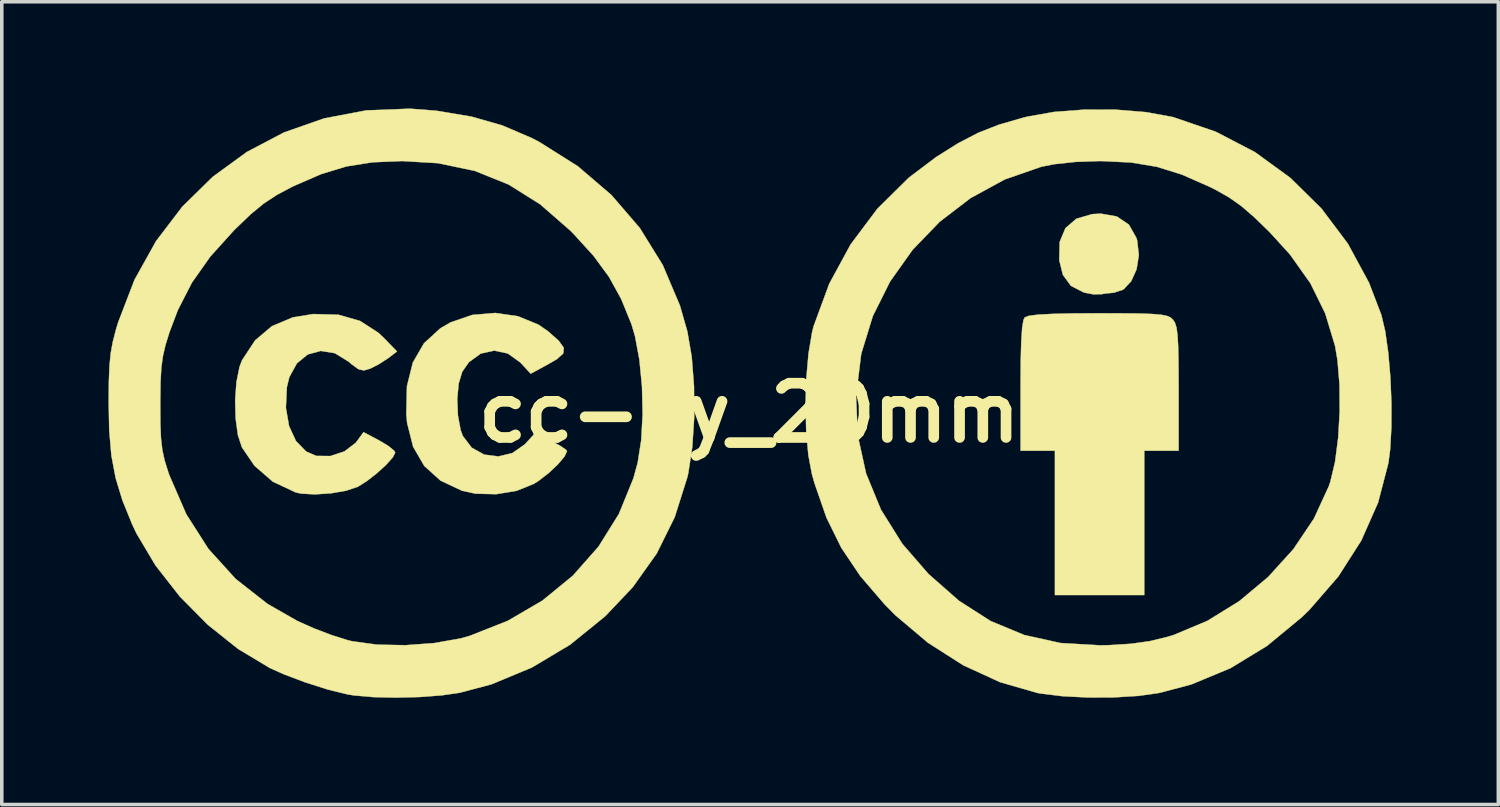
<source format=kicad_pcb>
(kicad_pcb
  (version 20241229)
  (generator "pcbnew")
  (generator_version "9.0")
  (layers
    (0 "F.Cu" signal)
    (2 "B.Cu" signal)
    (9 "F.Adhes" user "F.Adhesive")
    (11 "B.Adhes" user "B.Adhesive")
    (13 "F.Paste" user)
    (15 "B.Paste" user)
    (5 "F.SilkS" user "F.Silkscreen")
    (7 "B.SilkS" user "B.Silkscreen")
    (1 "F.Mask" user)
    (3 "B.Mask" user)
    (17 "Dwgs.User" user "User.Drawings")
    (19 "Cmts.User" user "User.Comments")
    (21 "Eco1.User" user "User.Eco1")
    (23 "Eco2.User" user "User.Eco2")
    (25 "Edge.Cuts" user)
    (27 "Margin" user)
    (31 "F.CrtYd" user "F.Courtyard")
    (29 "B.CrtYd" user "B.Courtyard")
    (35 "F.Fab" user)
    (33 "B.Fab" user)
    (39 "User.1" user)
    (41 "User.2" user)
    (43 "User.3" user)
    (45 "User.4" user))
  (footprint "cc-by_20mm"
    (layer "F.Cu")
    (at 18.008 8.557)
    (property "Reference" "cc-by_20mm" (at 0 0 0) (layer "F.SilkS") (effects (font (size 1.524 1.524) (thickness 0.3))))
    (attr through_hole)
    (fp_poly (pts (xy 10.335 -5.523) (xy 10.674 -5.293) (xy 10.886 -4.919) (xy 10.907 -4.848) (xy 10.954 -4.436) (xy 10.891 -4.039) (xy 10.739 -3.701) (xy 10.518 -3.467) (xy 10.251 -3.379) (xy 10.02 -3.358) (xy 9.899 -3.337) (xy 9.669 -3.335) (xy 9.408 -3.385) (xy 9.045 -3.572) (xy 8.818 -3.883) (xy 8.717 -4.292) (xy 8.728 -4.804) (xy 8.89 -5.194) (xy 9.195 -5.457) (xy 9.64 -5.588) (xy 9.881 -5.602) (xy 10.335 -5.523)) (stroke (width 0.01) (type solid)) (fill yes) (layer "F.SilkS"))
    (fp_poly (pts (xy 10.473 -2.799) (xy 10.973 -2.794) (xy 11.334 -2.781) (xy 11.581 -2.76) (xy 11.743 -2.728) (xy 11.845 -2.683) (xy 11.912 -2.624) (xy 11.97 -2.535) (xy 12.013 -2.397) (xy 12.042 -2.182) (xy 12.06 -1.862) (xy 12.069 -1.409) (xy 12.072 -0.794) (xy 12.072 -0.693) (xy 12.072 1.062) (xy 11.106 1.062) (xy 11.106 5.119) (xy 8.595 5.119) (xy 8.595 1.062) (xy 7.63 1.062) (xy 7.63 -0.753) (xy 7.634 -1.474) (xy 7.649 -2.016) (xy 7.674 -2.391) (xy 7.711 -2.612) (xy 7.746 -2.685) (xy 7.86 -2.729) (xy 8.114 -2.762) (xy 8.52 -2.784) (xy 9.092 -2.797) (xy 9.807 -2.801) (xy 10.473 -2.799)) (stroke (width 0.01) (type solid)) (fill yes) (layer "F.SilkS"))
    (fp_poly (pts (xy -6.503 -2.719) (xy -5.928 -2.485) (xy -5.655 -2.297) (xy -5.352 -2.028) (xy -5.209 -1.83) (xy -5.226 -1.67) (xy -5.402 -1.513) (xy -5.63 -1.38) (xy -6.14 -1.103) (xy -6.436 -1.421) (xy -6.784 -1.671) (xy -7.167 -1.752) (xy -7.545 -1.668) (xy -7.877 -1.427) (xy -8.065 -1.158) (xy -8.165 -0.827) (xy -8.205 -0.39) (xy -8.186 0.073) (xy -8.109 0.486) (xy -8.048 0.649) (xy -7.797 0.978) (xy -7.45 1.171) (xy -7.054 1.223) (xy -6.657 1.129) (xy -6.304 0.882) (xy -6.281 0.857) (xy -6.017 0.568) (xy -5.568 0.786) (xy -5.314 0.922) (xy -5.151 1.033) (xy -5.119 1.074) (xy -5.191 1.228) (xy -5.378 1.448) (xy -5.635 1.69) (xy -5.918 1.909) (xy -6.05 1.993) (xy -6.536 2.189) (xy -7.11 2.284) (xy -7.691 2.27) (xy -8.072 2.187) (xy -8.675 1.903) (xy -9.132 1.491) (xy -9.445 0.952) (xy -9.614 0.284) (xy -9.637 0.039) (xy -9.619 -0.75) (xy -9.454 -1.415) (xy -9.141 -1.957) (xy -8.68 -2.379) (xy -8.392 -2.546) (xy -7.785 -2.754) (xy -7.139 -2.81) (xy -6.503 -2.719)) (stroke (width 0.01) (type solid)) (fill yes) (layer "F.SilkS"))
    (fp_poly (pts (xy -11.542 -2.759) (xy -10.937 -2.586) (xy -10.422 -2.253) (xy -10.279 -2.118) (xy -9.899 -1.728) (xy -10.141 -1.543) (xy -10.412 -1.367) (xy -10.646 -1.248) (xy -10.826 -1.194) (xy -10.979 -1.227) (xy -11.176 -1.37) (xy -11.253 -1.438) (xy -11.646 -1.679) (xy -12.041 -1.743) (xy -12.408 -1.644) (xy -12.713 -1.393) (xy -12.926 -1.005) (xy -12.995 -0.72) (xy -13.022 -0.142) (xy -12.932 0.372) (xy -12.738 0.791) (xy -12.453 1.084) (xy -12.167 1.208) (xy -11.771 1.212) (xy -11.376 1.081) (xy -11.065 0.845) (xy -11.025 0.795) (xy -10.839 0.541) (xy -10.393 0.777) (xy -10.141 0.929) (xy -9.98 1.06) (xy -9.948 1.115) (xy -10.02 1.254) (xy -10.206 1.46) (xy -10.46 1.693) (xy -10.737 1.91) (xy -10.991 2.071) (xy -11.006 2.078) (xy -11.33 2.187) (xy -11.757 2.26) (xy -12.204 2.289) (xy -12.593 2.268) (xy -12.749 2.233) (xy -13.39 1.932) (xy -13.903 1.487) (xy -14.258 0.966) (xy -14.371 0.623) (xy -14.434 0.16) (xy -14.448 -0.358) (xy -14.412 -0.865) (xy -14.325 -1.296) (xy -14.255 -1.48) (xy -13.888 -2.039) (xy -13.415 -2.439) (xy -12.828 -2.686) (xy -12.255 -2.779) (xy -11.542 -2.759)) (stroke (width 0.01) (type solid)) (fill yes) (layer "F.SilkS"))
    (fp_poly (pts (xy 10.308 -8.524) (xy 11.156 -8.455) (xy 11.896 -8.32) (xy 11.927 -8.312) (xy 13.12 -7.903) (xy 14.22 -7.33) (xy 15.213 -6.607) (xy 16.087 -5.746) (xy 16.829 -4.759) (xy 17.424 -3.66) (xy 17.772 -2.752) (xy 17.88 -2.292) (xy 17.965 -1.692) (xy 18.024 -1.007) (xy 18.054 -0.289) (xy 18.053 0.408) (xy 18.018 1.031) (xy 17.969 1.409) (xy 17.679 2.521) (xy 17.206 3.589) (xy 16.56 4.599) (xy 15.75 5.533) (xy 15.539 5.738) (xy 14.56 6.547) (xy 13.532 7.174) (xy 12.435 7.63) (xy 11.527 7.871) (xy 10.953 7.953) (xy 10.261 7.996) (xy 9.523 7.999) (xy 8.811 7.963) (xy 8.197 7.888) (xy 8.103 7.871) (xy 7.053 7.569) (xy 6.017 7.093) (xy 5.026 6.46) (xy 4.112 5.689) (xy 3.805 5.378) (xy 3.124 4.585) (xy 2.591 3.792) (xy 2.172 2.941) (xy 1.836 1.973) (xy 1.766 1.727) (xy 1.664 1.188) (xy 1.604 0.52) (xy 1.585 -0.218) (xy 1.592 -0.475) (xy 3.005 -0.475) (xy 3.053 0.637) (xy 3.288 1.706) (xy 3.707 2.723) (xy 4.307 3.681) (xy 5.042 4.528) (xy 5.9 5.282) (xy 6.79 5.851) (xy 7.734 6.243) (xy 8.752 6.468) (xy 9.866 6.533) (xy 10.092 6.528) (xy 10.733 6.489) (xy 11.262 6.415) (xy 11.762 6.294) (xy 11.94 6.239) (xy 12.881 5.844) (xy 13.774 5.293) (xy 14.589 4.611) (xy 15.299 3.828) (xy 15.876 2.969) (xy 16.293 2.063) (xy 16.337 1.932) (xy 16.47 1.374) (xy 16.558 0.691) (xy 16.6 -0.055) (xy 16.594 -0.803) (xy 16.537 -1.488) (xy 16.469 -1.886) (xy 16.192 -2.8) (xy 15.776 -3.645) (xy 15.202 -4.454) (xy 14.634 -5.078) (xy 14.202 -5.498) (xy 13.841 -5.81) (xy 13.498 -6.053) (xy 13.118 -6.269) (xy 12.941 -6.357) (xy 12.17 -6.697) (xy 11.459 -6.919) (xy 10.731 -7.04) (xy 9.908 -7.079) (xy 9.851 -7.08) (xy 9.176 -7.056) (xy 8.57 -6.991) (xy 8.209 -6.919) (xy 7.183 -6.562) (xy 6.225 -6.039) (xy 5.355 -5.373) (xy 4.594 -4.584) (xy 3.961 -3.693) (xy 3.476 -2.721) (xy 3.159 -1.689) (xy 3.145 -1.622) (xy 3.005 -0.475) (xy 1.592 -0.475) (xy 1.607 -0.969) (xy 1.669 -1.673) (xy 1.77 -2.271) (xy 1.813 -2.44) (xy 2.252 -3.632) (xy 2.853 -4.738) (xy 3.603 -5.738) (xy 4.488 -6.613) (xy 5.255 -7.192) (xy 5.878 -7.583) (xy 6.439 -7.874) (xy 7.014 -8.1) (xy 7.679 -8.293) (xy 7.823 -8.329) (xy 8.571 -8.461) (xy 9.423 -8.526) (xy 10.308 -8.524)) (stroke (width 0.01) (type solid)) (fill yes) (layer "F.SilkS"))
    (fp_poly (pts (xy -8.791 -8.494) (xy -7.809 -8.33) (xy -6.94 -8.082) (xy -6.118 -7.73) (xy -5.908 -7.622) (xy -4.82 -6.937) (xy -3.872 -6.126) (xy -3.073 -5.197) (xy -2.429 -4.158) (xy -1.946 -3.019) (xy -1.737 -2.291) (xy -1.614 -1.576) (xy -1.55 -0.749) (xy -1.544 0.119) (xy -1.598 0.957) (xy -1.711 1.693) (xy -1.734 1.798) (xy -2.091 2.927) (xy -2.599 3.953) (xy -3.272 4.899) (xy -4.045 5.714) (xy -5.03 6.513) (xy -6.103 7.154) (xy -7.239 7.627) (xy -8.133 7.865) (xy -8.648 7.94) (xy -9.27 7.986) (xy -9.931 8.002) (xy -10.565 7.988) (xy -11.105 7.941) (xy -11.293 7.911) (xy -11.851 7.773) (xy -12.482 7.572) (xy -13.09 7.342) (xy -13.473 7.17) (xy -14.359 6.639) (xy -15.216 5.956) (xy -16.004 5.16) (xy -16.685 4.29) (xy -17.223 3.386) (xy -17.344 3.129) (xy -17.617 2.457) (xy -17.807 1.833) (xy -17.927 1.198) (xy -17.988 0.491) (xy -18.002 -0.241) (xy -16.553 -0.241) (xy -16.55 0.307) (xy -16.533 0.717) (xy -16.495 1.042) (xy -16.43 1.338) (xy -16.33 1.658) (xy -16.299 1.748) (xy -15.82 2.85) (xy -15.199 3.822) (xy -14.437 4.663) (xy -13.534 5.371) (xy -12.7 5.847) (xy -12.233 6.056) (xy -11.737 6.245) (xy -11.293 6.385) (xy -11.155 6.419) (xy -10.456 6.514) (xy -9.663 6.529) (xy -8.857 6.47) (xy -8.119 6.34) (xy -7.871 6.272) (xy -6.786 5.844) (xy -5.809 5.273) (xy -4.954 4.573) (xy -4.234 3.757) (xy -3.662 2.84) (xy -3.252 1.835) (xy -3.133 1.398) (xy -3.034 0.767) (xy -2.994 0.033) (xy -3.012 -0.742) (xy -3.085 -1.494) (xy -3.209 -2.16) (xy -3.308 -2.495) (xy -3.597 -3.203) (xy -3.941 -3.826) (xy -4.377 -4.419) (xy -4.942 -5.039) (xy -5.022 -5.12) (xy -5.87 -5.861) (xy -6.759 -6.419) (xy -7.711 -6.803) (xy -8.746 -7.02) (xy -9.754 -7.08) (xy -10.587 -7.045) (xy -11.32 -6.929) (xy -12.031 -6.713) (xy -12.797 -6.38) (xy -12.845 -6.357) (xy -13.276 -6.129) (xy -13.645 -5.886) (xy -14.011 -5.585) (xy -14.432 -5.181) (xy -14.487 -5.126) (xy -15.148 -4.393) (xy -15.66 -3.668) (xy -16.057 -2.896) (xy -16.294 -2.27) (xy -16.405 -1.913) (xy -16.479 -1.595) (xy -16.524 -1.262) (xy -16.546 -0.855) (xy -16.553 -0.318) (xy -16.553 -0.241) (xy -18.002 -0.241) (xy -18.003 -0.29) (xy -17.998 -0.876) (xy -17.981 -1.321) (xy -17.946 -1.678) (xy -17.887 -2) (xy -17.799 -2.34) (xy -17.739 -2.541) (xy -17.278 -3.741) (xy -16.671 -4.83) (xy -15.933 -5.798) (xy -15.078 -6.637) (xy -14.119 -7.336) (xy -13.071 -7.886) (xy -11.948 -8.279) (xy -10.764 -8.504) (xy -9.533 -8.552) (xy -8.791 -8.494)) (stroke (width 0.01) (type solid)) (fill yes) (layer "F.SilkS")))
  (gr_rect
    (start -3 -3)
    (end 39.067 19.565)
    (stroke (width 0.1) (type default))
    (fill no)
    (layer "Edge.Cuts")))
</source>
